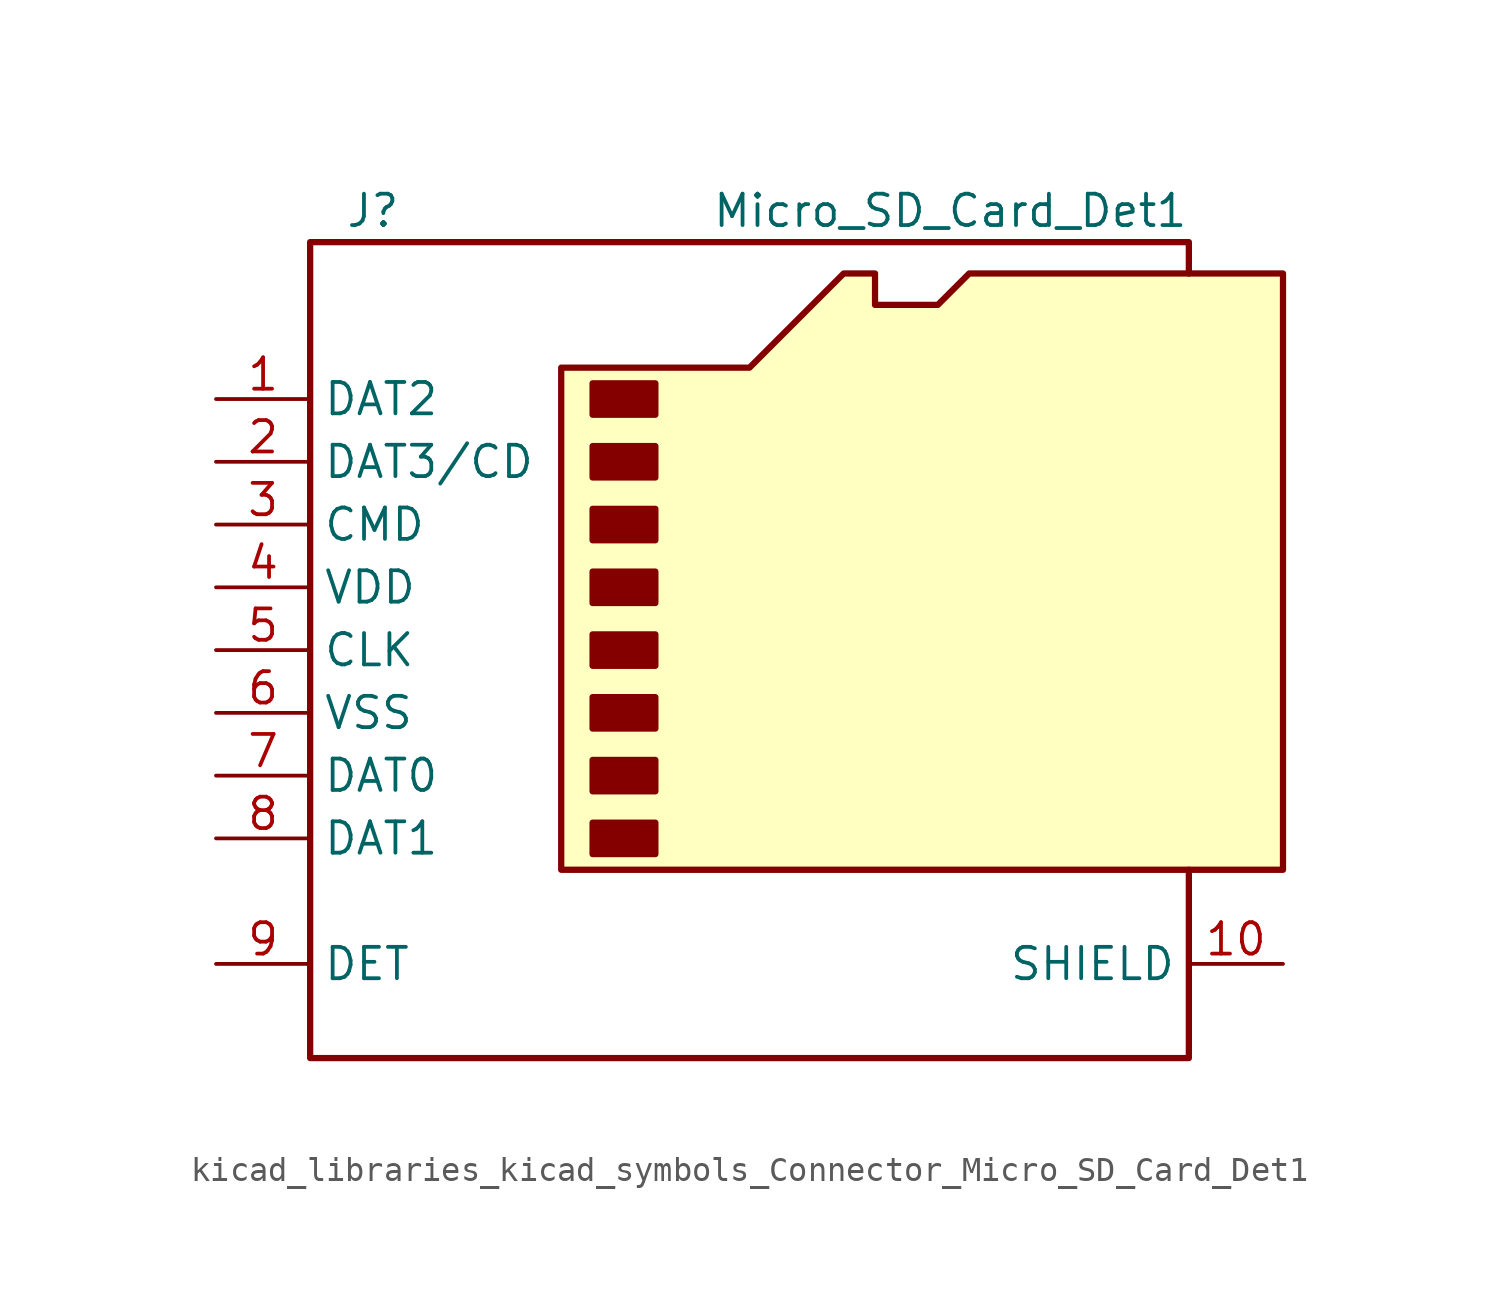
<source format=kicad_sym>
(kicad_symbol_lib
  (version 20220914)
  (generator kicad_symbol_editor)
  (symbol "kicad_libraries_kicad_symbols_Connector_Micro_SD_Card_Det1"
    (property "Reference" "J"
      (at -16.51 17.78 0)
      (effects (font (size 1.27 1.27))))
    (property "Value" "Micro_SD_Card_Det1"
      (at 16.51 17.78 0)
      (effects (font (size 1.27 1.27)) (justify right)))
    (symbol "kicad_libraries_kicad_symbols_Connector_Micro_SD_Card_Det1_0_1"
      (rectangle (start -7.62 -6.985) (end -5.08 -8.255) (stroke (width 0.254) (type default)) (fill (type outline)))
      (rectangle (start -7.62 -4.445) (end -5.08 -5.715) (stroke (width 0.254) (type default)) (fill (type outline)))
      (rectangle (start -7.62 -1.905) (end -5.08 -3.175) (stroke (width 0.254) (type default)) (fill (type outline)))
      (rectangle (start -7.62 0.635) (end -5.08 -0.635) (stroke (width 0.254) (type default)) (fill (type outline)))
      (rectangle (start -7.62 3.175) (end -5.08 1.905) (stroke (width 0.254) (type default)) (fill (type outline)))
      (rectangle (start -7.62 5.715) (end -5.08 4.445) (stroke (width 0.254) (type default)) (fill (type outline)))
      (rectangle (start -7.62 8.255) (end -5.08 6.985) (stroke (width 0.254) (type default)) (fill (type outline)))
      (rectangle (start -7.62 10.795) (end -5.08 9.525) (stroke (width 0.254) (type default)) (fill (type outline)))
      (polyline (pts (xy 16.51 15.24) (xy 16.51 16.51) (xy -19.05 16.51) (xy -19.05 -16.51) (xy 16.51 -16.51) (xy 16.51 -8.89)) (stroke (width 0.254) (type default)) (fill (type none)))
      (polyline (pts (xy -8.89 -8.89) (xy -8.89 11.43) (xy -1.27 11.43) (xy 2.54 15.24) (xy 3.81 15.24) (xy 3.81 13.97) (xy 6.35 13.97) (xy 7.62 15.24) (xy 20.32 15.24) (xy 20.32 -8.89) (xy -8.89 -8.89)) (stroke (width 0.254) (type default)) (fill (type background))))
    (symbol "kicad_libraries_kicad_symbols_Connector_Micro_SD_Card_Det1_1_1"
      (pin bidirectional line (at -22.86 10.16 0) (length 3.81) (name "DAT2" (effects (font (size 1.27 1.27)))) (number "1" (effects (font (size 1.27 1.27)))))
      (pin passive line (at 20.32 -12.7 180) (length 3.81) (name "SHIELD" (effects (font (size 1.27 1.27)))) (number "10" (effects (font (size 1.27 1.27)))))
      (pin bidirectional line (at -22.86 7.62 0) (length 3.81) (name "DAT3/CD" (effects (font (size 1.27 1.27)))) (number "2" (effects (font (size 1.27 1.27)))))
      (pin input line (at -22.86 5.08 0) (length 3.81) (name "CMD" (effects (font (size 1.27 1.27)))) (number "3" (effects (font (size 1.27 1.27)))))
      (pin power_in line (at -22.86 2.54 0) (length 3.81) (name "VDD" (effects (font (size 1.27 1.27)))) (number "4" (effects (font (size 1.27 1.27)))))
      (pin input line (at -22.86 0 0) (length 3.81) (name "CLK" (effects (font (size 1.27 1.27)))) (number "5" (effects (font (size 1.27 1.27)))))
      (pin power_in line (at -22.86 -2.54 0) (length 3.81) (name "VSS" (effects (font (size 1.27 1.27)))) (number "6" (effects (font (size 1.27 1.27)))))
      (pin bidirectional line (at -22.86 -5.08 0) (length 3.81) (name "DAT0" (effects (font (size 1.27 1.27)))) (number "7" (effects (font (size 1.27 1.27)))))
      (pin bidirectional line (at -22.86 -7.62 0) (length 3.81) (name "DAT1" (effects (font (size 1.27 1.27)))) (number "8" (effects (font (size 1.27 1.27)))))
      (pin passive line (at -22.86 -12.7 0) (length 3.81) (name "DET" (effects (font (size 1.27 1.27)))) (number "9" (effects (font (size 1.27 1.27))))))))
</source>
